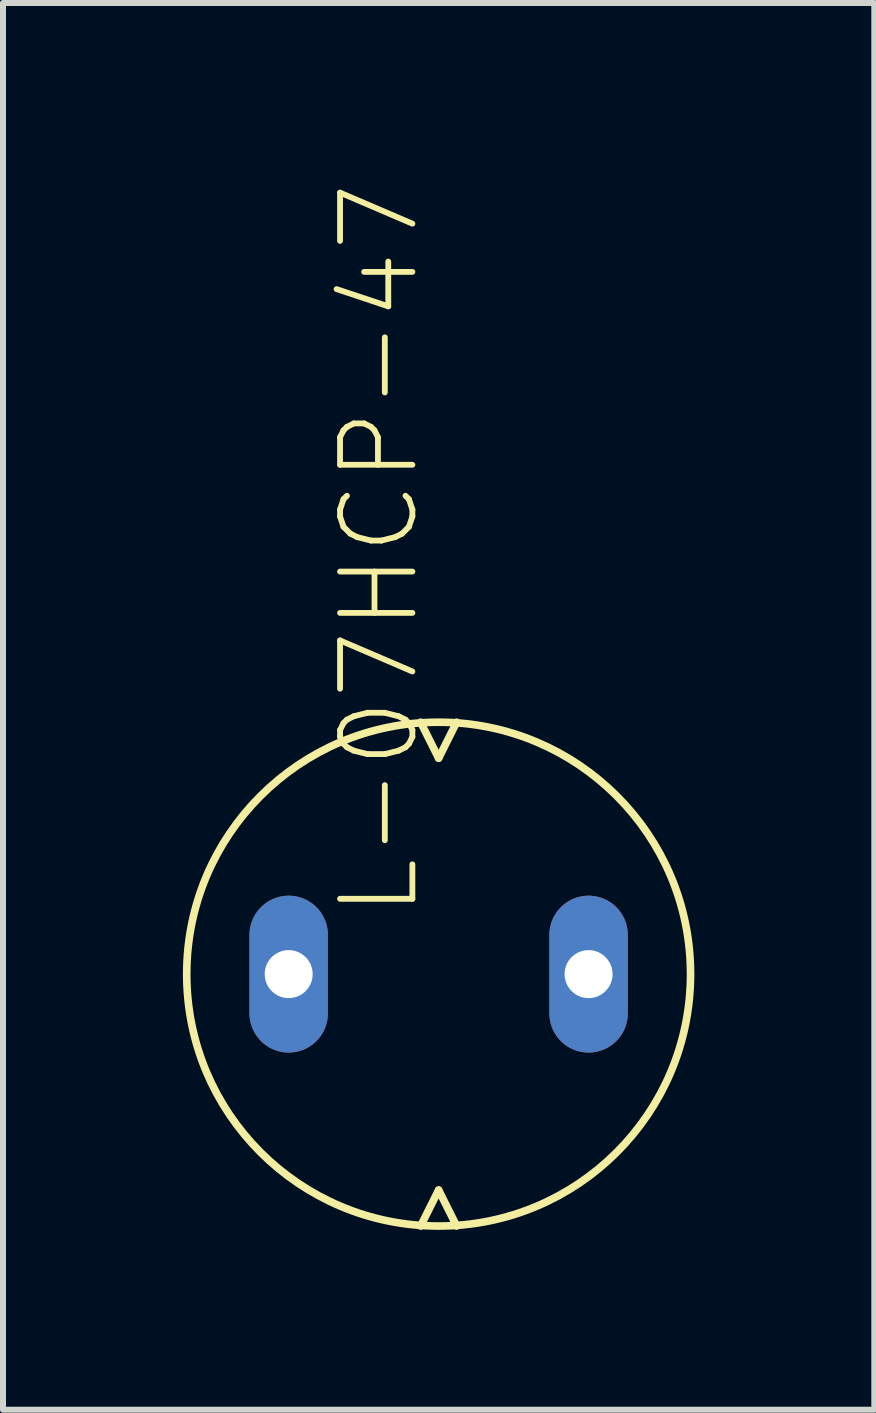
<source format=kicad_pcb>
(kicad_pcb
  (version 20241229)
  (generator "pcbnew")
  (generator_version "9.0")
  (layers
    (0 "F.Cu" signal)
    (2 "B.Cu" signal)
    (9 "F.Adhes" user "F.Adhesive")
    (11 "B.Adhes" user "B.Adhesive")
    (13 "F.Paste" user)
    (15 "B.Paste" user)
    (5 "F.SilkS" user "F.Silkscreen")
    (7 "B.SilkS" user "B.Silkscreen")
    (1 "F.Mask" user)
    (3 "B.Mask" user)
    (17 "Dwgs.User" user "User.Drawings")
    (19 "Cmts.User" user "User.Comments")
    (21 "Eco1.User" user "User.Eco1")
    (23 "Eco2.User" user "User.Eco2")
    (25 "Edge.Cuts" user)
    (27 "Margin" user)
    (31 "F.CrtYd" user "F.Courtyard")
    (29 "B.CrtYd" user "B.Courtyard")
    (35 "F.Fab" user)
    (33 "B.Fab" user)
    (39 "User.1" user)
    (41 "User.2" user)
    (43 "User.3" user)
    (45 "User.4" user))
  (footprint "L-07HCP-47"
    (layer "F.Cu")
    (at 4.263 13.191)
    (property "Reference" "L-07HCP-47" (at -0.285 -0.905 90) (layer "F.SilkS") (effects (font (size 1.206 1.206) (thickness 0.097)) (justify left bottom)))
    (attr through_hole)
    (fp_line (start -0.3 -4.2) (end 0 -3.6) (stroke (width 0.127) (type solid)) (layer "F.SilkS"))
    (fp_line (start -0.3 4.2) (end 0 3.6) (stroke (width 0.127) (type solid)) (layer "F.SilkS"))
    (fp_line (start 0 -3.6) (end 0.3 -4.2) (stroke (width 0.127) (type solid)) (layer "F.SilkS"))
    (fp_line (start 0 3.6) (end 0.3 4.2) (stroke (width 0.127) (type solid)) (layer "F.SilkS"))
    (fp_circle (center 0 0) (end 4.2 0) (stroke (width 0.127) (type solid)) (fill no) (layer "F.SilkS"))
    (pad "1" thru_hole oval (at -2.5 0 90) (size 2.616 1.308) (drill 0.8) (layers "*.Cu" "*.Mask"))
    (pad "2" thru_hole oval (at 2.5 0 90) (size 2.616 1.308) (drill 0.8) (layers "*.Cu" "*.Mask")))
  (gr_rect
    (start -3 -3)
    (end 11.527 20.454)
    (stroke (width 0.1) (type default))
    (fill no)
    (layer "Edge.Cuts")))
</source>
